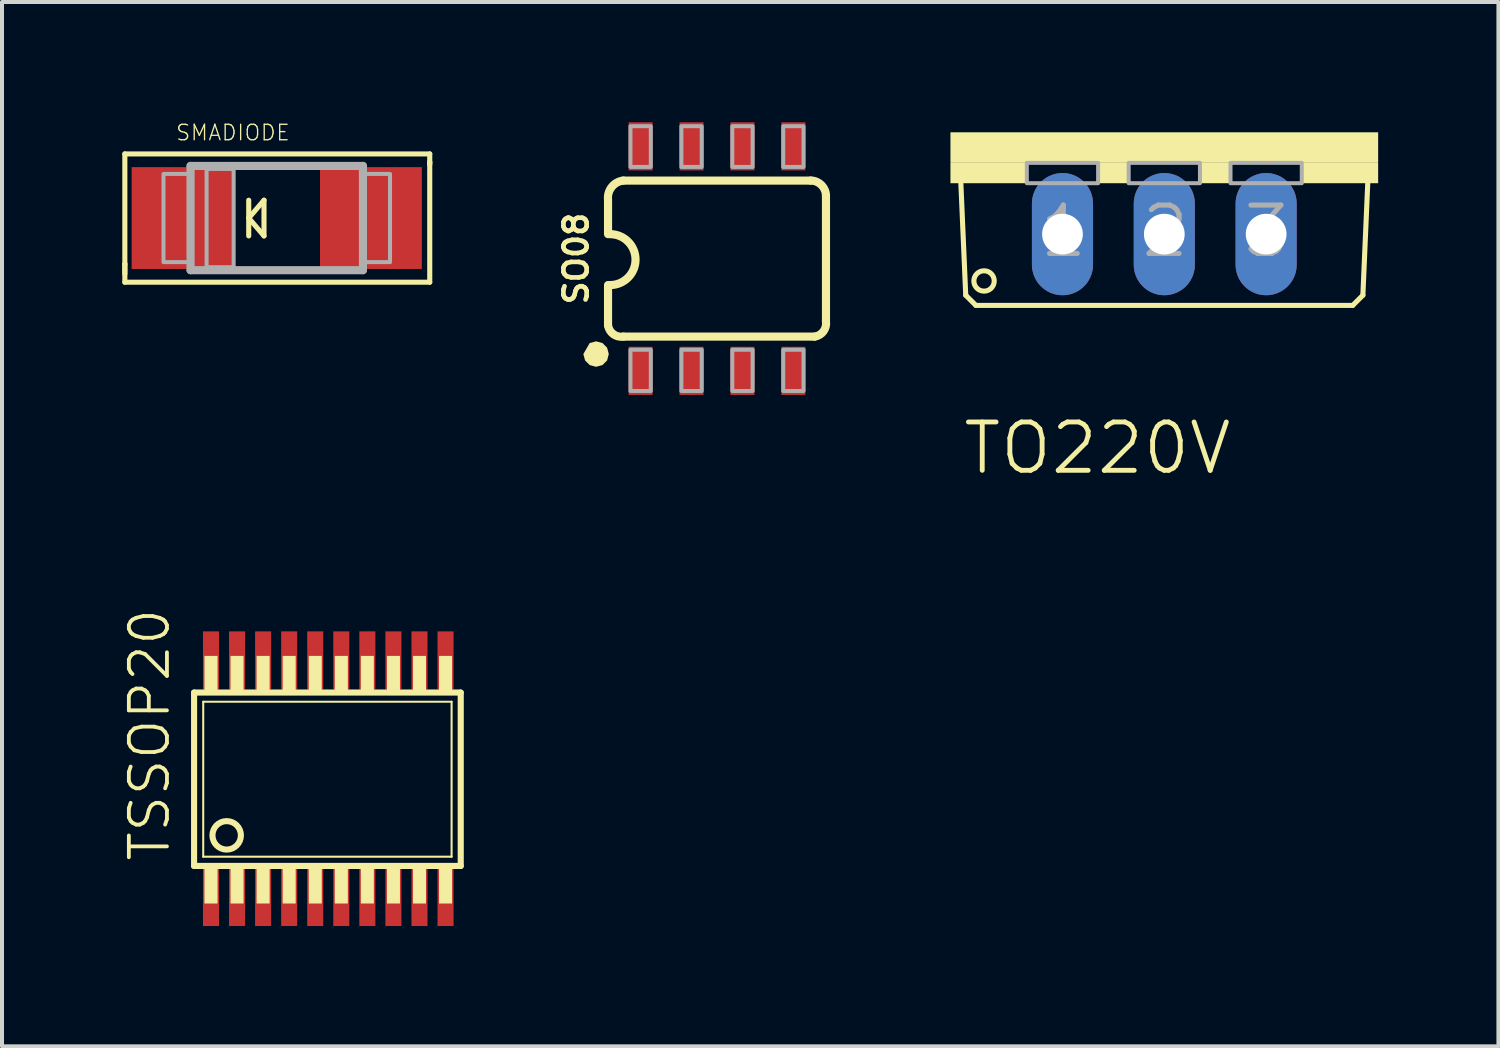
<source format=kicad_pcb>
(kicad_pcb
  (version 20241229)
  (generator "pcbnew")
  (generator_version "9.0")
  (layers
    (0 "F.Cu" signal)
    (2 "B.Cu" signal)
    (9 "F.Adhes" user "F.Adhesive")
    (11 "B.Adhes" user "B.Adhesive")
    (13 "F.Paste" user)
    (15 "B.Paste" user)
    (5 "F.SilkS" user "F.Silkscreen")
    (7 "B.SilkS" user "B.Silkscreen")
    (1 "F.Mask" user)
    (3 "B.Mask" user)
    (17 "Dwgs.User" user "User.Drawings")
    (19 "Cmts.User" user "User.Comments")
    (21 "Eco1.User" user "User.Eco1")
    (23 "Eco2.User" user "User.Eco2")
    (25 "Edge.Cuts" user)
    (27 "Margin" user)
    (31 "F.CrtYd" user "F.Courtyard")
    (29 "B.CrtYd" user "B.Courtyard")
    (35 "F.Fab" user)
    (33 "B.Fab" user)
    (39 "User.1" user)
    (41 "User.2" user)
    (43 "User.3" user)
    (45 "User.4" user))
  (footprint "TO220V"
    (layer "F.Cu")
    (at 25.991 0.25)
    (property "Reference" "TO220V" (at -5.08 8.585 0) (layer "F.SilkS") (effects (font (size 1.206 1.206) (thickness 0.121)) (justify left bottom)))
    (attr through_hole)
    (fp_line (start -4.953 4.064) (end -5.08 1.143) (stroke (width 0.127) (type solid)) (layer "F.SilkS"))
    (fp_line (start -4.953 4.064) (end -4.699 4.318) (stroke (width 0.127) (type solid)) (layer "F.SilkS"))
    (fp_line (start 4.699 4.318) (end -4.699 4.318) (stroke (width 0.127) (type solid)) (layer "F.SilkS"))
    (fp_line (start 4.699 4.318) (end 4.953 4.064) (stroke (width 0.127) (type solid)) (layer "F.SilkS"))
    (fp_line (start 5.08 1.143) (end 4.953 4.064) (stroke (width 0.127) (type solid)) (layer "F.SilkS"))
    (fp_circle (center -4.496 3.708) (end -4.242 3.708) (stroke (width 0.127) (type solid)) (fill no) (layer "F.SilkS"))
    (fp_poly (pts (xy -5.334 0.762) (xy 5.334 0.762) (xy 5.334 0) (xy -5.334 0)) (stroke (width 0) (type solid)) (fill yes) (layer "F.SilkS"))
    (fp_poly (pts (xy -5.334 1.27) (xy -3.429 1.27) (xy -3.429 0.762) (xy -5.334 0.762)) (stroke (width 0) (type solid)) (fill yes) (layer "F.SilkS"))
    (fp_poly (pts (xy -1.651 1.27) (xy -0.889 1.27) (xy -0.889 0.762) (xy -1.651 0.762)) (stroke (width 0) (type solid)) (fill yes) (layer "F.SilkS"))
    (fp_poly (pts (xy 0.889 1.27) (xy 1.651 1.27) (xy 1.651 0.762) (xy 0.889 0.762)) (stroke (width 0) (type solid)) (fill yes) (layer "F.SilkS"))
    (fp_poly (pts (xy 3.429 1.27) (xy 5.334 1.27) (xy 5.334 0.762) (xy 3.429 0.762)) (stroke (width 0) (type solid)) (fill yes) (layer "F.SilkS"))
    (fp_poly (pts (xy -3.429 1.27) (xy -1.651 1.27) (xy -1.651 0.762) (xy -3.429 0.762)) (stroke (width 0.1) (type solid)) (fill no) (layer "F.Fab"))
    (fp_poly (pts (xy -0.889 1.27) (xy 0.889 1.27) (xy 0.889 0.762) (xy -0.889 0.762)) (stroke (width 0.1) (type solid)) (fill no) (layer "F.Fab"))
    (fp_poly (pts (xy 1.651 1.27) (xy 3.429 1.27) (xy 3.429 0.762) (xy 1.651 0.762)) (stroke (width 0.1) (type solid)) (fill no) (layer "F.Fab"))
    (fp_text user "2" (at -0.635 3.175 0) (layer "F.Fab") (effects (font (size 1.206 1.206) (thickness 0.127)) (justify left bottom)))
    (fp_text user "3" (at 1.905 3.175 0) (layer "F.Fab") (effects (font (size 1.206 1.206) (thickness 0.127)) (justify left bottom)))
    (fp_text user "1" (at -3.175 3.175 0) (layer "F.Fab") (effects (font (size 1.206 1.206) (thickness 0.127)) (justify left bottom)))
    (pad "1" thru_hole oval (at -2.54 2.54 90) (size 3.048 1.524) (drill 1.016) (layers "*.Cu" "*.Mask"))
    (pad "2" thru_hole oval (at 0 2.54 90) (size 3.048 1.524) (drill 1.016) (layers "*.Cu" "*.Mask"))
    (pad "3" thru_hole oval (at 2.54 2.54 90) (size 3.048 1.524) (drill 1.016) (layers "*.Cu" "*.Mask")))
  (footprint "SMADIODE"
    (layer "F.Cu")
    (at 3.853 2.389)
    (property "Reference" "SMADIODE" (at -2.54 -1.905 0) (layer "F.SilkS") (effects (font (size 0.386 0.386) (thickness 0.033)) (justify left bottom)))
    (attr through_hole)
    (fp_line (start -3.789 -1.6) (end 3.816 -1.6) (stroke (width 0.127) (type solid)) (layer "F.SilkS"))
    (fp_line (start -3.789 1.146) (end -3.789 -1.6) (stroke (width 0.127) (type solid)) (layer "F.SilkS"))
    (fp_line (start -3.789 1.394) (end -3.789 1.146) (stroke (width 0.127) (type solid)) (layer "F.SilkS"))
    (fp_line (start -3.789 1.6) (end -3.789 1.146) (stroke (width 0.127) (type solid)) (layer "F.SilkS"))
    (fp_line (start -0.699 0) (end -0.318 0.445) (stroke (width 0.127) (type solid)) (layer "F.SilkS"))
    (fp_line (start -0.699 0.445) (end -0.699 -0.445) (stroke (width 0.127) (type solid)) (layer "F.SilkS"))
    (fp_line (start -0.318 -0.445) (end -0.699 0) (stroke (width 0.127) (type solid)) (layer "F.SilkS"))
    (fp_line (start -0.318 0.445) (end -0.318 -0.445) (stroke (width 0.127) (type solid)) (layer "F.SilkS"))
    (fp_line (start 3.816 -1.6) (end 3.816 -1.394) (stroke (width 0.127) (type solid)) (layer "F.SilkS"))
    (fp_line (start 3.816 -1.394) (end 3.816 -1.337) (stroke (width 0.127) (type solid)) (layer "F.SilkS"))
    (fp_line (start 3.816 -1.394) (end 3.816 1.6) (stroke (width 0.127) (type solid)) (layer "F.SilkS"))
    (fp_line (start 3.816 1.6) (end -3.789 1.6) (stroke (width 0.127) (type solid)) (layer "F.SilkS"))
    (fp_line (start -2.15 -1.3) (end 2.15 -1.3) (stroke (width 0.203) (type solid)) (layer "F.Fab"))
    (fp_line (start -2.15 1.3) (end -2.15 -1.3) (stroke (width 0.203) (type solid)) (layer "F.Fab"))
    (fp_line (start 2.15 -1.3) (end 2.15 1.3) (stroke (width 0.203) (type solid)) (layer "F.Fab"))
    (fp_line (start 2.15 1.3) (end -2.15 1.3) (stroke (width 0.203) (type solid)) (layer "F.Fab"))
    (fp_poly (pts (xy -2.825 1.1) (xy -2.175 1.1) (xy -2.175 -1.1) (xy -2.825 -1.1)) (stroke (width 0.1) (type solid)) (fill no) (layer "F.Fab"))
    (fp_poly (pts (xy -1.75 1.225) (xy -1.075 1.225) (xy -1.075 -1.225) (xy -1.75 -1.225)) (stroke (width 0.1) (type solid)) (fill no) (layer "F.Fab"))
    (fp_poly (pts (xy 2.825 -1.1) (xy 2.175 -1.1) (xy 2.175 1.1) (xy 2.825 1.1)) (stroke (width 0.1) (type solid)) (fill no) (layer "F.Fab"))
    (pad "A" smd rect (at 2.349 0 180) (size 2.54 2.54) (layers "F.Cu" "F.Mask" "F.Paste"))
    (pad "C" smd rect (at -2.349 0) (size 2.54 2.54) (layers "F.Cu" "F.Mask" "F.Paste")))
  (footprint "SO08"
    (layer "F.Cu")
    (at 14.834 3.4)
    (property "Reference" "SO08" (at -3.175 0 90) (layer "F.SilkS") (effects (font (size 0.579 0.579) (thickness 0.116)) (justify bottom)))
    (attr through_hole)
    (fp_line (start -2.718 -1.453) (end -2.718 -0.61) (stroke (width 0.203) (type solid)) (layer "F.SilkS"))
    (fp_line (start -2.718 1.665) (end -2.718 0.66) (stroke (width 0.203) (type solid)) (layer "F.SilkS"))
    (fp_line (start -2.337 1.946) (end 2.437 1.946) (stroke (width 0.203) (type solid)) (layer "F.SilkS"))
    (fp_line (start 2.337 -1.946) (end -2.337 -1.946) (stroke (width 0.203) (type solid)) (layer "F.SilkS"))
    (fp_line (start 2.718 1.565) (end 2.718 -1.565) (stroke (width 0.203) (type solid)) (layer "F.SilkS"))
    (fp_arc (start -2.7178 -1.4653) (mid -2.626948 -1.784731) (end -2.3368 -1.9463) (stroke (width 0.2032) (type solid)) (layer "F.SilkS"))
    (fp_arc (start -2.667 -0.6096) (mid -2.032 0.0254) (end -2.667 0.6604) (stroke (width 0.2032) (type solid)) (layer "F.SilkS"))
    (fp_arc (start -2.336799 1.946301) (mid -2.58554 1.884767) (end -2.7178 1.6653) (stroke (width 0.2032) (type solid)) (layer "F.SilkS"))
    (fp_arc (start 2.3368 -1.9463) (mid 2.606237 -1.834736) (end 2.7178 -1.565298) (stroke (width 0.2032) (type solid)) (layer "F.SilkS"))
    (fp_arc (start 2.7178 1.5653) (mid 2.656208 1.813997) (end 2.4368 1.9463) (stroke (width 0.2032) (type solid)) (layer "F.SilkS"))
    (fp_poly (pts (xy -2.699 2.381) (xy -2.741 2.223) (xy -2.857 2.106) (xy -3.016 2.064) (xy -3.175 2.106) (xy -3.334 2.381) (xy -3.291 2.54) (xy -3.175 2.656) (xy -3.016 2.699) (xy -2.857 2.656) (xy -2.741 2.54)) (stroke (width 0) (type solid)) (fill yes) (layer "F.SilkS"))
    (fp_poly (pts (xy -2.159 -2.286) (xy -1.651 -2.286) (xy -1.651 -3.302) (xy -2.159 -3.302)) (stroke (width 0.1) (type solid)) (fill no) (layer "F.Fab"))
    (fp_poly (pts (xy -2.159 3.302) (xy -1.651 3.302) (xy -1.651 2.273) (xy -2.159 2.273)) (stroke (width 0.1) (type solid)) (fill no) (layer "F.Fab"))
    (fp_poly (pts (xy -0.889 -2.286) (xy -0.381 -2.286) (xy -0.381 -3.302) (xy -0.889 -3.302)) (stroke (width 0.1) (type solid)) (fill no) (layer "F.Fab"))
    (fp_poly (pts (xy -0.889 3.302) (xy -0.381 3.302) (xy -0.381 2.273) (xy -0.889 2.273)) (stroke (width 0.1) (type solid)) (fill no) (layer "F.Fab"))
    (fp_poly (pts (xy 0.381 -2.286) (xy 0.889 -2.286) (xy 0.889 -3.302) (xy 0.381 -3.302)) (stroke (width 0.1) (type solid)) (fill no) (layer "F.Fab"))
    (fp_poly (pts (xy 0.381 3.302) (xy 0.889 3.302) (xy 0.889 2.273) (xy 0.381 2.273)) (stroke (width 0.1) (type solid)) (fill no) (layer "F.Fab"))
    (fp_poly (pts (xy 1.651 -2.286) (xy 2.159 -2.286) (xy 2.159 -3.302) (xy 1.651 -3.302)) (stroke (width 0.1) (type solid)) (fill no) (layer "F.Fab"))
    (fp_poly (pts (xy 1.651 3.302) (xy 2.159 3.302) (xy 2.159 2.273) (xy 1.651 2.273)) (stroke (width 0.1) (type solid)) (fill no) (layer "F.Fab"))
    (pad "1" smd rect (at -1.905 2.8) (size 0.6 1.2) (layers "F.Cu" "F.Mask" "F.Paste"))
    (pad "2" smd rect (at -0.635 2.8) (size 0.6 1.2) (layers "F.Cu" "F.Mask" "F.Paste"))
    (pad "3" smd rect (at 0.635 2.8) (size 0.6 1.2) (layers "F.Cu" "F.Mask" "F.Paste"))
    (pad "4" smd rect (at 1.905 2.8) (size 0.6 1.2) (layers "F.Cu" "F.Mask" "F.Paste"))
    (pad "5" smd rect (at 1.905 -2.8) (size 0.6 1.2) (layers "F.Cu" "F.Mask" "F.Paste"))
    (pad "6" smd rect (at 0.635 -2.8) (size 0.6 1.2) (layers "F.Cu" "F.Mask" "F.Paste"))
    (pad "7" smd rect (at -0.635 -2.8) (size 0.6 1.2) (layers "F.Cu" "F.Mask" "F.Paste"))
    (pad "8" smd rect (at -1.905 -2.8) (size 0.6 1.2) (layers "F.Cu" "F.Mask" "F.Paste")))
  (footprint "TSSOP20"
    (layer "F.Cu")
    (at 2.213 19.323)
    (property "Reference" "TSSOP20" (at -0.978 -0.838 270) (layer "F.SilkS") (effects (font (size 0.95 0.95) (thickness 0.095)) (justify left bottom)))
    (attr through_hole)
    (fp_line (start -0.422 -0.774) (end -0.422 -5.099) (stroke (width 0.152) (type solid)) (layer "F.SilkS"))
    (fp_line (start -0.422 -0.774) (end 6.229 -0.774) (stroke (width 0.152) (type solid)) (layer "F.SilkS"))
    (fp_line (start -0.194 -1.004) (end -0.194 -4.87) (stroke (width 0.051) (type solid)) (layer "F.SilkS"))
    (fp_line (start -0.194 -1.004) (end 6.001 -1.004) (stroke (width 0.051) (type solid)) (layer "F.SilkS"))
    (fp_line (start 6.001 -4.87) (end -0.194 -4.87) (stroke (width 0.051) (type solid)) (layer "F.SilkS"))
    (fp_line (start 6.001 -4.87) (end 6.001 -1.004) (stroke (width 0.051) (type solid)) (layer "F.SilkS"))
    (fp_line (start 6.229 -5.099) (end -0.422 -5.099) (stroke (width 0.152) (type solid)) (layer "F.SilkS"))
    (fp_line (start 6.229 -5.099) (end 6.229 -0.774) (stroke (width 0.152) (type solid)) (layer "F.SilkS"))
    (fp_circle (center 0.391 -1.537) (end 0.746 -1.537) (stroke (width 0.152) (type solid)) (fill no) (layer "F.SilkS"))
    (fp_poly (pts (xy -0.163 -5.037) (xy 0.163 -5.037) (xy 0.163 -6.013) (xy -0.163 -6.013)) (stroke (width 0) (type solid)) (fill yes) (layer "F.SilkS"))
    (fp_poly (pts (xy -0.163 0.163) (xy 0.163 0.163) (xy 0.163 -0.812) (xy -0.163 -0.812)) (stroke (width 0) (type solid)) (fill yes) (layer "F.SilkS"))
    (fp_poly (pts (xy 0.487 -5.037) (xy 0.812 -5.037) (xy 0.812 -6.013) (xy 0.487 -6.013)) (stroke (width 0) (type solid)) (fill yes) (layer "F.SilkS"))
    (fp_poly (pts (xy 0.487 0.163) (xy 0.812 0.163) (xy 0.812 -0.812) (xy 0.487 -0.812)) (stroke (width 0) (type solid)) (fill yes) (layer "F.SilkS"))
    (fp_poly (pts (xy 1.137 -5.037) (xy 1.462 -5.037) (xy 1.462 -6.013) (xy 1.137 -6.013)) (stroke (width 0) (type solid)) (fill yes) (layer "F.SilkS"))
    (fp_poly (pts (xy 1.137 0.163) (xy 1.462 0.163) (xy 1.462 -0.812) (xy 1.137 -0.812)) (stroke (width 0) (type solid)) (fill yes) (layer "F.SilkS"))
    (fp_poly (pts (xy 1.788 -5.037) (xy 2.112 -5.037) (xy 2.112 -6.013) (xy 1.788 -6.013)) (stroke (width 0) (type solid)) (fill yes) (layer "F.SilkS"))
    (fp_poly (pts (xy 1.788 0.163) (xy 2.112 0.163) (xy 2.112 -0.812) (xy 1.788 -0.812)) (stroke (width 0) (type solid)) (fill yes) (layer "F.SilkS"))
    (fp_poly (pts (xy 2.438 -5.037) (xy 2.763 -5.037) (xy 2.763 -6.013) (xy 2.438 -6.013)) (stroke (width 0) (type solid)) (fill yes) (layer "F.SilkS"))
    (fp_poly (pts (xy 2.438 0.163) (xy 2.763 0.163) (xy 2.763 -0.812) (xy 2.438 -0.812)) (stroke (width 0) (type solid)) (fill yes) (layer "F.SilkS"))
    (fp_poly (pts (xy 3.087 -5.037) (xy 3.413 -5.037) (xy 3.413 -6.013) (xy 3.087 -6.013)) (stroke (width 0) (type solid)) (fill yes) (layer "F.SilkS"))
    (fp_poly (pts (xy 3.087 0.163) (xy 3.413 0.163) (xy 3.413 -0.812) (xy 3.087 -0.812)) (stroke (width 0) (type solid)) (fill yes) (layer "F.SilkS"))
    (fp_poly (pts (xy 3.737 -5.037) (xy 4.062 -5.037) (xy 4.062 -6.013) (xy 3.737 -6.013)) (stroke (width 0) (type solid)) (fill yes) (layer "F.SilkS"))
    (fp_poly (pts (xy 3.737 0.163) (xy 4.062 0.163) (xy 4.062 -0.812) (xy 3.737 -0.812)) (stroke (width 0) (type solid)) (fill yes) (layer "F.SilkS"))
    (fp_poly (pts (xy 4.388 -5.037) (xy 4.713 -5.037) (xy 4.713 -6.013) (xy 4.388 -6.013)) (stroke (width 0) (type solid)) (fill yes) (layer "F.SilkS"))
    (fp_poly (pts (xy 4.388 0.163) (xy 4.713 0.163) (xy 4.713 -0.812) (xy 4.388 -0.812)) (stroke (width 0) (type solid)) (fill yes) (layer "F.SilkS"))
    (fp_poly (pts (xy 5.037 -5.037) (xy 5.362 -5.037) (xy 5.362 -6.013) (xy 5.037 -6.013)) (stroke (width 0) (type solid)) (fill yes) (layer "F.SilkS"))
    (fp_poly (pts (xy 5.037 0.163) (xy 5.362 0.163) (xy 5.362 -0.812) (xy 5.037 -0.812)) (stroke (width 0) (type solid)) (fill yes) (layer "F.SilkS"))
    (fp_poly (pts (xy 5.688 -5.037) (xy 6.013 -5.037) (xy 6.013 -6.013) (xy 5.688 -6.013)) (stroke (width 0) (type solid)) (fill yes) (layer "F.SilkS"))
    (fp_poly (pts (xy 5.688 0.163) (xy 6.013 0.163) (xy 6.013 -0.812) (xy 5.688 -0.812)) (stroke (width 0) (type solid)) (fill yes) (layer "F.SilkS"))
    (pad "1" smd rect (at 0 0) (size 0.4 1.45) (layers "F.Cu" "F.Mask" "F.Paste"))
    (pad "2" smd rect (at 0.65 0) (size 0.4 1.45) (layers "F.Cu" "F.Mask" "F.Paste"))
    (pad "3" smd rect (at 1.3 0) (size 0.4 1.45) (layers "F.Cu" "F.Mask" "F.Paste"))
    (pad "4" smd rect (at 1.95 0) (size 0.4 1.45) (layers "F.Cu" "F.Mask" "F.Paste"))
    (pad "5" smd rect (at 2.6 0) (size 0.4 1.45) (layers "F.Cu" "F.Mask" "F.Paste"))
    (pad "6" smd rect (at 3.25 0) (size 0.4 1.45) (layers "F.Cu" "F.Mask" "F.Paste"))
    (pad "7" smd rect (at 3.9 0) (size 0.4 1.45) (layers "F.Cu" "F.Mask" "F.Paste"))
    (pad "8" smd rect (at 4.55 0) (size 0.4 1.45) (layers "F.Cu" "F.Mask" "F.Paste"))
    (pad "9" smd rect (at 5.2 0) (size 0.4 1.45) (layers "F.Cu" "F.Mask" "F.Paste"))
    (pad "10" smd rect (at 5.85 0) (size 0.4 1.45) (layers "F.Cu" "F.Mask" "F.Paste"))
    (pad "11" smd rect (at 5.85 -5.9) (size 0.4 1.45) (layers "F.Cu" "F.Mask" "F.Paste"))
    (pad "12" smd rect (at 5.2 -5.9) (size 0.4 1.45) (layers "F.Cu" "F.Mask" "F.Paste"))
    (pad "13" smd rect (at 4.55 -5.9) (size 0.4 1.45) (layers "F.Cu" "F.Mask" "F.Paste"))
    (pad "14" smd rect (at 3.9 -5.9) (size 0.4 1.45) (layers "F.Cu" "F.Mask" "F.Paste"))
    (pad "15" smd rect (at 3.25 -5.9) (size 0.4 1.45) (layers "F.Cu" "F.Mask" "F.Paste"))
    (pad "16" smd rect (at 2.6 -5.9) (size 0.4 1.45) (layers "F.Cu" "F.Mask" "F.Paste"))
    (pad "17" smd rect (at 1.95 -5.9) (size 0.4 1.45) (layers "F.Cu" "F.Mask" "F.Paste"))
    (pad "18" smd rect (at 1.3 -5.9) (size 0.4 1.45) (layers "F.Cu" "F.Mask" "F.Paste"))
    (pad "19" smd rect (at 0.65 -5.9) (size 0.4 1.45) (layers "F.Cu" "F.Mask" "F.Paste"))
    (pad "20" smd rect (at 0 -5.9) (size 0.4 1.45) (layers "F.Cu" "F.Mask" "F.Paste")))
  (gr_rect
    (start -3 -3)
    (end 34.325 23.048)
    (stroke (width 0.1) (type default))
    (fill no)
    (layer "Edge.Cuts")))
</source>
